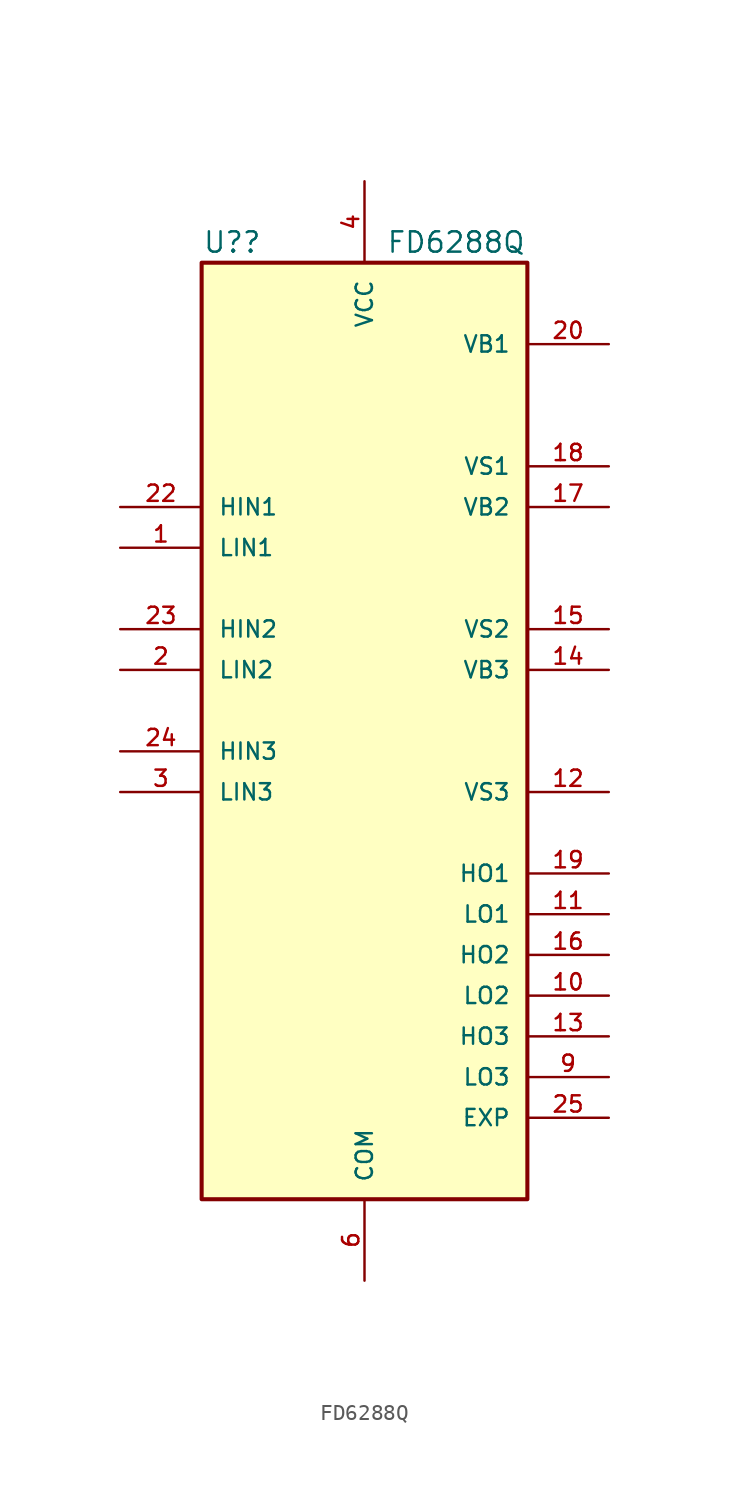
<source format=kicad_sym>
(kicad_symbol_lib
  (version 20211014)
  (generator kicad_symbol_editor)
  (symbol "FD6288Q"
    (pin_names
      (offset 1.016))
    (property "Reference" "U?"
      (at -8.255 26.67 0)
      (effects (font (size 1.27 1.27))))
    (property "Value" "FD6288Q"
      (at 5.715 26.67 0)
      (effects (font (size 1.27 1.27))))
    (property "ki_locked" ""
      (at 0 0 0)
      (effects (font (size 1.27 1.27))))
    (symbol "FD6288Q_0_0"
      (rectangle (start -10.16 25.4) (end 10.16 -33.02) (stroke (width 0.254) (type default) (color 0 0 0 0)) (fill (type background)))
      (pin input line (at -15.24 7.62 0) (length 5.08) (name "LIN1" (effects (font (size 1.016 1.016)))) (number "1" (effects (font (size 1.016 1.016)))))
      (pin output line (at 15.24 -20.32 180) (length 5.08) (name "LO2" (effects (font (size 1.016 1.016)))) (number "10" (effects (font (size 1.016 1.016)))))
      (pin output line (at 15.24 -15.24 180) (length 5.08) (name "LO1" (effects (font (size 1.016 1.016)))) (number "11" (effects (font (size 1.016 1.016)))))
      (pin power_in line (at 15.24 -7.62 180) (length 5.08) (name "VS3" (effects (font (size 1.016 1.016)))) (number "12" (effects (font (size 1.016 1.016)))))
      (pin output line (at 15.24 -22.86 180) (length 5.08) (name "HO3" (effects (font (size 1.016 1.016)))) (number "13" (effects (font (size 1.016 1.016)))))
      (pin power_in line (at 15.24 0 180) (length 5.08) (name "VB3" (effects (font (size 1.016 1.016)))) (number "14" (effects (font (size 1.016 1.016)))))
      (pin power_in line (at 15.24 2.54 180) (length 5.08) (name "VS2" (effects (font (size 1.016 1.016)))) (number "15" (effects (font (size 1.016 1.016)))))
      (pin output line (at 15.24 -17.78 180) (length 5.08) (name "HO2" (effects (font (size 1.016 1.016)))) (number "16" (effects (font (size 1.016 1.016)))))
      (pin power_in line (at 15.24 10.16 180) (length 5.08) (name "VB2" (effects (font (size 1.016 1.016)))) (number "17" (effects (font (size 1.016 1.016)))))
      (pin power_in line (at 15.24 12.7 180) (length 5.08) (name "VS1" (effects (font (size 1.016 1.016)))) (number "18" (effects (font (size 1.016 1.016)))))
      (pin output line (at 15.24 -12.7 180) (length 5.08) (name "HO1" (effects (font (size 1.016 1.016)))) (number "19" (effects (font (size 1.016 1.016)))))
      (pin input line (at -15.24 0 0) (length 5.08) (name "LIN2" (effects (font (size 1.016 1.016)))) (number "2" (effects (font (size 1.016 1.016)))))
      (pin power_in line (at 15.24 20.32 180) (length 5.08) (name "VB1" (effects (font (size 1.016 1.016)))) (number "20" (effects (font (size 1.016 1.016)))))
      (pin input line (at -15.24 10.16 0) (length 5.08) (name "HIN1" (effects (font (size 1.016 1.016)))) (number "22" (effects (font (size 1.016 1.016)))))
      (pin input line (at -15.24 2.54 0) (length 5.08) (name "HIN2" (effects (font (size 1.016 1.016)))) (number "23" (effects (font (size 1.016 1.016)))))
      (pin input line (at -15.24 -5.08 0) (length 5.08) (name "HIN3" (effects (font (size 1.016 1.016)))) (number "24" (effects (font (size 1.016 1.016)))))
      (pin power_in line (at 15.24 -27.94 180) (length 5.08) (name "EXP" (effects (font (size 1.016 1.016)))) (number "25" (effects (font (size 1.016 1.016)))))
      (pin input line (at -15.24 -7.62 0) (length 5.08) (name "LIN3" (effects (font (size 1.016 1.016)))) (number "3" (effects (font (size 1.016 1.016)))))
      (pin power_in line (at 0 30.48 270) (length 5.08) (name "VCC" (effects (font (size 1.016 1.016)))) (number "4" (effects (font (size 1.016 1.016)))))
      (pin power_in line (at 0 -38.1 90) (length 5.08) (name "COM" (effects (font (size 1.016 1.016)))) (number "6" (effects (font (size 1.016 1.016)))))
      (pin output line (at 15.24 -25.4 180) (length 5.08) (name "LO3" (effects (font (size 1.016 1.016)))) (number "9" (effects (font (size 1.016 1.016))))))))
</source>
